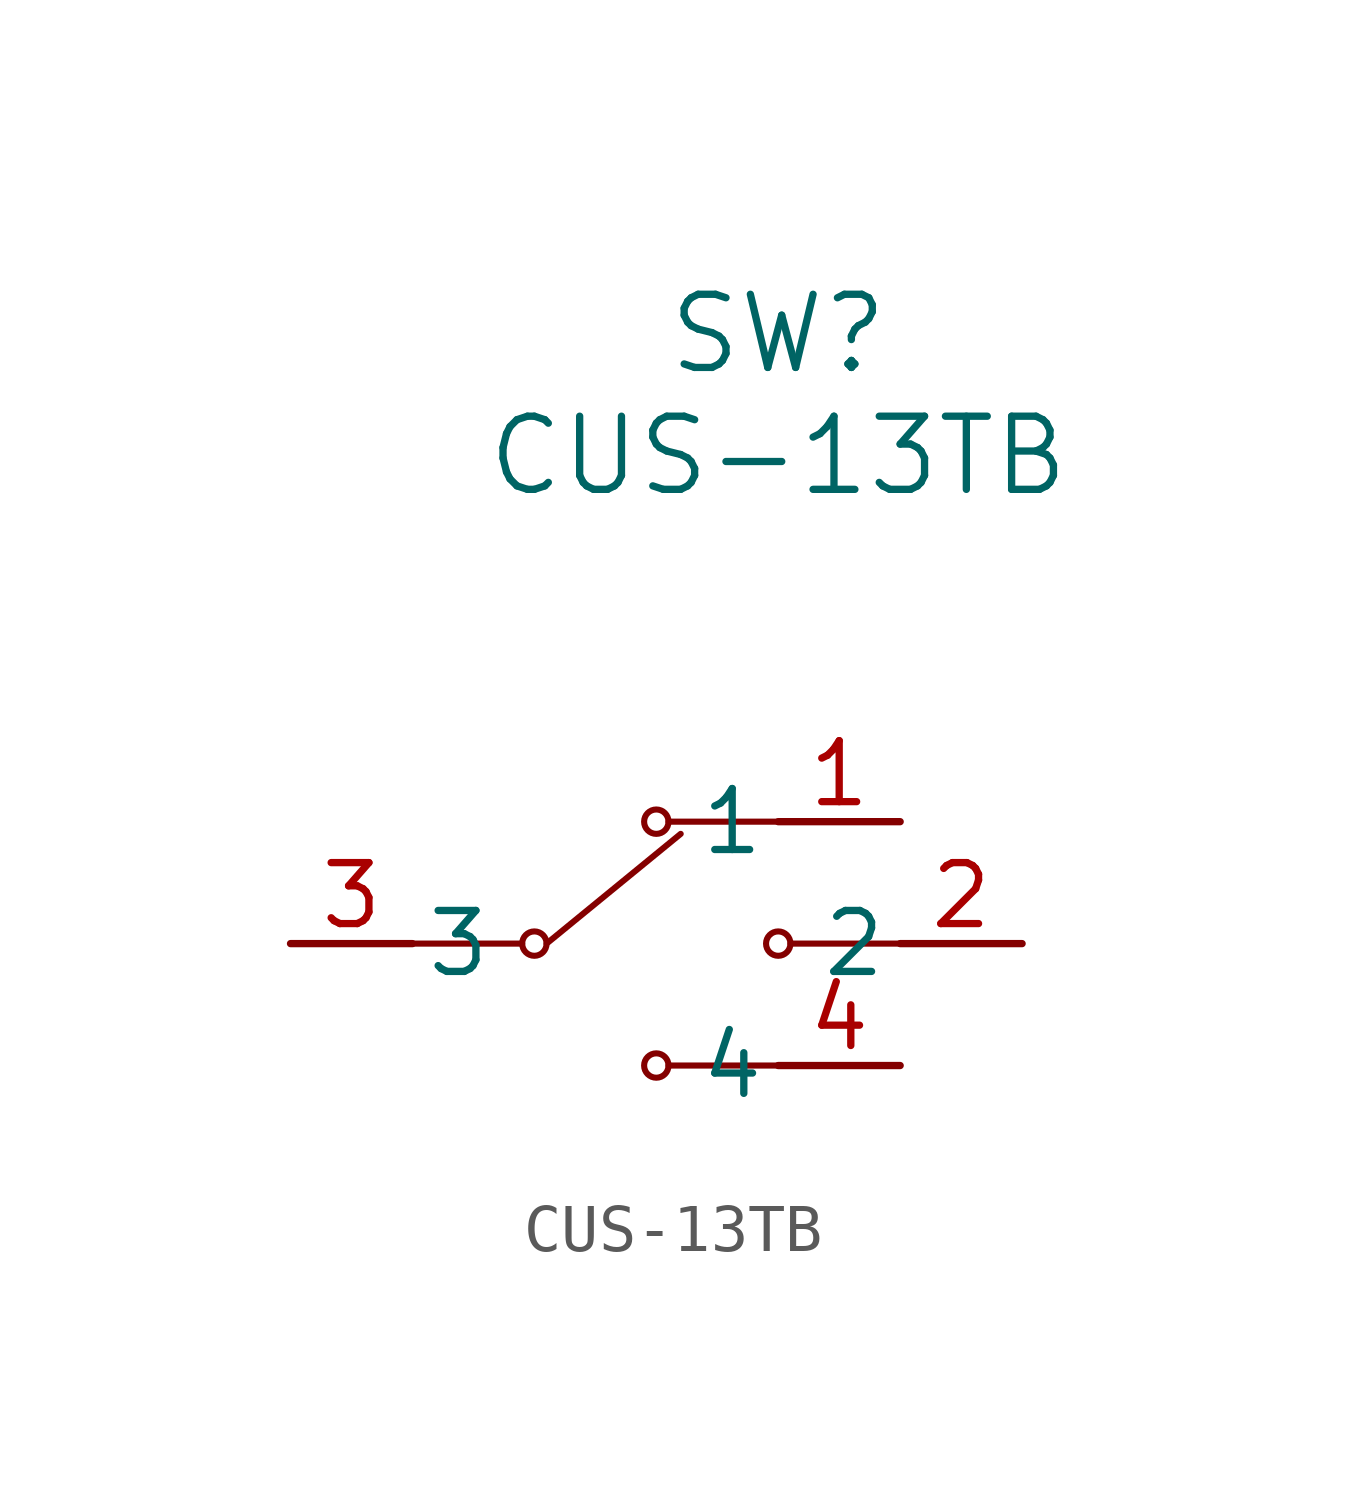
<source format=kicad_sym>
(kicad_symbol_lib
  (version 20211014)
  (generator kicad_symbol_editor)
  (symbol "CUS-13TB"
    (pin_names
      (offset 0.254))
    (property "Reference" "SW"
      (at 10.16 12.7 0)
      (effects (font (size 1.524 1.524))))
    (property "Value" "CUS-13TB"
      (at 10.16 10.16 0)
      (effects (font (size 1.524 1.524))))
    (symbol "CUS-13TB_0_1"
      (polyline (pts (xy 10.16 -2.54) (xy 7.874 -2.54)) (stroke (width 0.127) (type default) (color 0 0 0 0)) (fill (type none)))
      (polyline (pts (xy 2.54 0) (xy 4.826 0)) (stroke (width 0.127) (type default) (color 0 0 0 0)) (fill (type none)))
      (circle (center 5.08 0) (radius 0.254) (stroke (width 0.127) (type default) (color 0 0 0 0)) (fill (type none)))
      (polyline (pts (xy 5.334 0) (xy 8.128 2.286)) (stroke (width 0.127) (type default) (color 0 0 0 0)) (fill (type none)))
      (circle (center 7.62 -2.54) (radius 0.254) (stroke (width 0.127) (type default) (color 0 0 0 0)) (fill (type none)))
      (polyline (pts (xy 12.7 0) (xy 10.414 0)) (stroke (width 0.127) (type default) (color 0 0 0 0)) (fill (type none)))
      (circle (center 10.16 0) (radius 0.254) (stroke (width 0.127) (type default) (color 0 0 0 0)) (fill (type none)))
      (polyline (pts (xy 10.16 2.54) (xy 7.874 2.54)) (stroke (width 0.127) (type default) (color 0 0 0 0)) (fill (type none)))
      (circle (center 7.62 2.54) (radius 0.254) (stroke (width 0.127) (type default) (color 0 0 0 0)) (fill (type none)))
      (pin unspecified line (at 12.7 2.54 180) (length 2.54) (name "1" (effects (font (size 1.27 1.27)))) (number "1" (effects (font (size 1.27 1.27)))))
      (pin unspecified line (at 15.24 0 180) (length 2.54) (name "2" (effects (font (size 1.27 1.27)))) (number "2" (effects (font (size 1.27 1.27)))))
      (pin unspecified line (at 0 0 0) (length 2.54) (name "3" (effects (font (size 1.27 1.27)))) (number "3" (effects (font (size 1.27 1.27)))))
      (pin unspecified line (at 12.7 -2.54 180) (length 2.54) (name "4" (effects (font (size 1.27 1.27)))) (number "4" (effects (font (size 1.27 1.27))))))))
</source>
